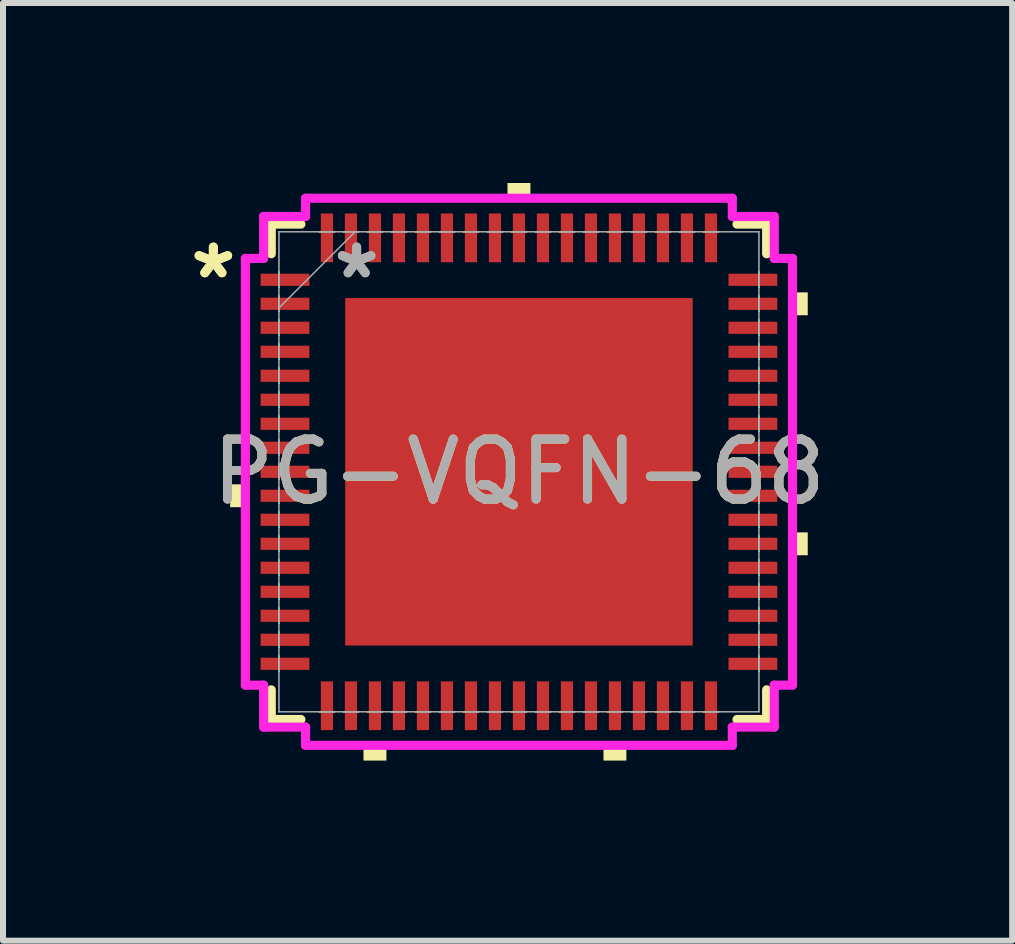
<source format=kicad_pcb>
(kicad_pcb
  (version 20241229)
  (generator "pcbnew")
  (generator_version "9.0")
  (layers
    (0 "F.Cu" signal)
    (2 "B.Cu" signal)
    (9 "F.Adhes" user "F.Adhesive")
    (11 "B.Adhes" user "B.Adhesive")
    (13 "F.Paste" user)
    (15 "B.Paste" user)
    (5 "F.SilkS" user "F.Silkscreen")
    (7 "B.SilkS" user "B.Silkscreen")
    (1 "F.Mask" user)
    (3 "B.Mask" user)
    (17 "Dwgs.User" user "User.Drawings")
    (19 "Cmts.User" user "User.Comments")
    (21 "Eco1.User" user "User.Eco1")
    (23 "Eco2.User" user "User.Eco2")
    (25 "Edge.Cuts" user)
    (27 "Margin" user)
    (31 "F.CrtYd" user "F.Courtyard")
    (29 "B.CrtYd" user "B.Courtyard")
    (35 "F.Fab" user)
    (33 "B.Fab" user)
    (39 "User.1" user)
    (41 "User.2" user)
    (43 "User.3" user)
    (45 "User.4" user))
  (footprint "PG-VQFN-68"
    (layer "F.Cu")
    (at 5.599 4.813)
    (property "Reference" "PG-VQFN-68" (at 0 0 0) (unlocked yes) (layer "F.SilkS") (effects (font (size 1 1) (thickness 0.15))))
    (attr smd)
    (fp_line (start -4.128 -4.128) (end -4.128 -3.634) (stroke (width 0.152) (type solid)) (layer "F.SilkS"))
    (fp_line (start -4.128 3.634) (end -4.128 4.128) (stroke (width 0.152) (type solid)) (layer "F.SilkS"))
    (fp_line (start -4.128 4.128) (end -3.634 4.128) (stroke (width 0.152) (type solid)) (layer "F.SilkS"))
    (fp_line (start -3.634 -4.128) (end -4.128 -4.128) (stroke (width 0.152) (type solid)) (layer "F.SilkS"))
    (fp_line (start 3.634 4.128) (end 4.128 4.128) (stroke (width 0.152) (type solid)) (layer "F.SilkS"))
    (fp_line (start 4.128 -4.128) (end 3.634 -4.128) (stroke (width 0.152) (type solid)) (layer "F.SilkS"))
    (fp_line (start 4.128 -3.634) (end 4.128 -4.128) (stroke (width 0.152) (type solid)) (layer "F.SilkS"))
    (fp_line (start 4.128 4.128) (end 4.128 3.634) (stroke (width 0.152) (type solid)) (layer "F.SilkS"))
    (fp_poly (pts (xy -4.813 0.209) (xy -4.813 0.59) (xy -4.559 0.59) (xy -4.559 0.209)) (stroke (width 0) (type solid)) (fill yes) (layer "F.SilkS"))
    (fp_poly (pts (xy -2.591 4.559) (xy -2.591 4.813) (xy -2.209 4.813) (xy -2.209 4.559)) (stroke (width 0) (type solid)) (fill yes) (layer "F.SilkS"))
    (fp_poly (pts (xy -0.191 -4.559) (xy -0.191 -4.813) (xy 0.191 -4.813) (xy 0.191 -4.559)) (stroke (width 0) (type solid)) (fill yes) (layer "F.SilkS"))
    (fp_poly (pts (xy 1.409 4.559) (xy 1.409 4.813) (xy 1.79 4.813) (xy 1.79 4.559)) (stroke (width 0) (type solid)) (fill yes) (layer "F.SilkS"))
    (fp_poly (pts (xy 4.813 -2.99) (xy 4.813 -2.609) (xy 4.559 -2.609) (xy 4.559 -2.99)) (stroke (width 0) (type solid)) (fill yes) (layer "F.SilkS"))
    (fp_poly (pts (xy 4.813 1.01) (xy 4.813 1.391) (xy 4.559 1.391) (xy 4.559 1.01)) (stroke (width 0) (type solid)) (fill yes) (layer "F.SilkS"))
    (fp_line (start -4.559 -3.556) (end -4.255 -3.556) (stroke (width 0.152) (type solid)) (layer "F.CrtYd"))
    (fp_line (start -4.559 3.556) (end -4.559 -3.556) (stroke (width 0.152) (type solid)) (layer "F.CrtYd"))
    (fp_line (start -4.255 -4.255) (end -3.556 -4.255) (stroke (width 0.152) (type solid)) (layer "F.CrtYd"))
    (fp_line (start -4.255 -3.556) (end -4.255 -4.255) (stroke (width 0.152) (type solid)) (layer "F.CrtYd"))
    (fp_line (start -4.255 3.556) (end -4.559 3.556) (stroke (width 0.152) (type solid)) (layer "F.CrtYd"))
    (fp_line (start -4.255 4.255) (end -4.255 3.556) (stroke (width 0.152) (type solid)) (layer "F.CrtYd"))
    (fp_line (start -3.556 -4.559) (end 3.556 -4.559) (stroke (width 0.152) (type solid)) (layer "F.CrtYd"))
    (fp_line (start -3.556 -4.255) (end -3.556 -4.559) (stroke (width 0.152) (type solid)) (layer "F.CrtYd"))
    (fp_line (start -3.556 4.255) (end -4.255 4.255) (stroke (width 0.152) (type solid)) (layer "F.CrtYd"))
    (fp_line (start -3.556 4.559) (end -3.556 4.255) (stroke (width 0.152) (type solid)) (layer "F.CrtYd"))
    (fp_line (start 3.556 -4.559) (end 3.556 -4.255) (stroke (width 0.152) (type solid)) (layer "F.CrtYd"))
    (fp_line (start 3.556 -4.255) (end 4.255 -4.255) (stroke (width 0.152) (type solid)) (layer "F.CrtYd"))
    (fp_line (start 3.556 4.255) (end 3.556 4.559) (stroke (width 0.152) (type solid)) (layer "F.CrtYd"))
    (fp_line (start 3.556 4.559) (end -3.556 4.559) (stroke (width 0.152) (type solid)) (layer "F.CrtYd"))
    (fp_line (start 4.255 -4.255) (end 4.255 -3.556) (stroke (width 0.152) (type solid)) (layer "F.CrtYd"))
    (fp_line (start 4.255 -3.556) (end 4.559 -3.556) (stroke (width 0.152) (type solid)) (layer "F.CrtYd"))
    (fp_line (start 4.255 3.556) (end 4.255 4.255) (stroke (width 0.152) (type solid)) (layer "F.CrtYd"))
    (fp_line (start 4.255 4.255) (end 3.556 4.255) (stroke (width 0.152) (type solid)) (layer "F.CrtYd"))
    (fp_line (start 4.559 -3.556) (end 4.559 3.556) (stroke (width 0.152) (type solid)) (layer "F.CrtYd"))
    (fp_line (start 4.559 3.556) (end 4.255 3.556) (stroke (width 0.152) (type solid)) (layer "F.CrtYd"))
    (fp_line (start -4 -4) (end -4 4) (stroke (width 0.025) (type solid)) (layer "F.Fab"))
    (fp_line (start -4 -3.327) (end -4 -3.327) (stroke (width 0.025) (type solid)) (layer "F.Fab"))
    (fp_line (start -4 -3.327) (end -4 -3.073) (stroke (width 0.025) (type solid)) (layer "F.Fab"))
    (fp_line (start -4 -3.073) (end -4 -3.327) (stroke (width 0.025) (type solid)) (layer "F.Fab"))
    (fp_line (start -4 -3.073) (end -4 -3.073) (stroke (width 0.025) (type solid)) (layer "F.Fab"))
    (fp_line (start -4 -2.927) (end -4 -2.927) (stroke (width 0.025) (type solid)) (layer "F.Fab"))
    (fp_line (start -4 -2.927) (end -4 -2.673) (stroke (width 0.025) (type solid)) (layer "F.Fab"))
    (fp_line (start -4 -2.731) (end -2.731 -4) (stroke (width 0.025) (type solid)) (layer "F.Fab"))
    (fp_line (start -4 -2.673) (end -4 -2.927) (stroke (width 0.025) (type solid)) (layer "F.Fab"))
    (fp_line (start -4 -2.673) (end -4 -2.673) (stroke (width 0.025) (type solid)) (layer "F.Fab"))
    (fp_line (start -4 -2.527) (end -4 -2.527) (stroke (width 0.025) (type solid)) (layer "F.Fab"))
    (fp_line (start -4 -2.527) (end -4 -2.273) (stroke (width 0.025) (type solid)) (layer "F.Fab"))
    (fp_line (start -4 -2.273) (end -4 -2.527) (stroke (width 0.025) (type solid)) (layer "F.Fab"))
    (fp_line (start -4 -2.273) (end -4 -2.273) (stroke (width 0.025) (type solid)) (layer "F.Fab"))
    (fp_line (start -4 -2.127) (end -4 -2.127) (stroke (width 0.025) (type solid)) (layer "F.Fab"))
    (fp_line (start -4 -2.127) (end -4 -1.873) (stroke (width 0.025) (type solid)) (layer "F.Fab"))
    (fp_line (start -4 -1.873) (end -4 -2.127) (stroke (width 0.025) (type solid)) (layer "F.Fab"))
    (fp_line (start -4 -1.873) (end -4 -1.873) (stroke (width 0.025) (type solid)) (layer "F.Fab"))
    (fp_line (start -4 -1.727) (end -4 -1.727) (stroke (width 0.025) (type solid)) (layer "F.Fab"))
    (fp_line (start -4 -1.727) (end -4 -1.473) (stroke (width 0.025) (type solid)) (layer "F.Fab"))
    (fp_line (start -4 -1.473) (end -4 -1.727) (stroke (width 0.025) (type solid)) (layer "F.Fab"))
    (fp_line (start -4 -1.473) (end -4 -1.473) (stroke (width 0.025) (type solid)) (layer "F.Fab"))
    (fp_line (start -4 -1.327) (end -4 -1.327) (stroke (width 0.025) (type solid)) (layer "F.Fab"))
    (fp_line (start -4 -1.327) (end -4 -1.073) (stroke (width 0.025) (type solid)) (layer "F.Fab"))
    (fp_line (start -4 -1.073) (end -4 -1.327) (stroke (width 0.025) (type solid)) (layer "F.Fab"))
    (fp_line (start -4 -1.073) (end -4 -1.073) (stroke (width 0.025) (type solid)) (layer "F.Fab"))
    (fp_line (start -4 -0.927) (end -4 -0.927) (stroke (width 0.025) (type solid)) (layer "F.Fab"))
    (fp_line (start -4 -0.927) (end -4 -0.673) (stroke (width 0.025) (type solid)) (layer "F.Fab"))
    (fp_line (start -4 -0.673) (end -4 -0.927) (stroke (width 0.025) (type solid)) (layer "F.Fab"))
    (fp_line (start -4 -0.673) (end -4 -0.673) (stroke (width 0.025) (type solid)) (layer "F.Fab"))
    (fp_line (start -4 -0.527) (end -4 -0.527) (stroke (width 0.025) (type solid)) (layer "F.Fab"))
    (fp_line (start -4 -0.527) (end -4 -0.273) (stroke (width 0.025) (type solid)) (layer "F.Fab"))
    (fp_line (start -4 -0.273) (end -4 -0.527) (stroke (width 0.025) (type solid)) (layer "F.Fab"))
    (fp_line (start -4 -0.273) (end -4 -0.273) (stroke (width 0.025) (type solid)) (layer "F.Fab"))
    (fp_line (start -4 -0.127) (end -4 -0.127) (stroke (width 0.025) (type solid)) (layer "F.Fab"))
    (fp_line (start -4 -0.127) (end -4 0.127) (stroke (width 0.025) (type solid)) (layer "F.Fab"))
    (fp_line (start -4 0.127) (end -4 -0.127) (stroke (width 0.025) (type solid)) (layer "F.Fab"))
    (fp_line (start -4 0.127) (end -4 0.127) (stroke (width 0.025) (type solid)) (layer "F.Fab"))
    (fp_line (start -4 0.273) (end -4 0.273) (stroke (width 0.025) (type solid)) (layer "F.Fab"))
    (fp_line (start -4 0.273) (end -4 0.527) (stroke (width 0.025) (type solid)) (layer "F.Fab"))
    (fp_line (start -4 0.527) (end -4 0.273) (stroke (width 0.025) (type solid)) (layer "F.Fab"))
    (fp_line (start -4 0.527) (end -4 0.527) (stroke (width 0.025) (type solid)) (layer "F.Fab"))
    (fp_line (start -4 0.673) (end -4 0.673) (stroke (width 0.025) (type solid)) (layer "F.Fab"))
    (fp_line (start -4 0.673) (end -4 0.927) (stroke (width 0.025) (type solid)) (layer "F.Fab"))
    (fp_line (start -4 0.927) (end -4 0.673) (stroke (width 0.025) (type solid)) (layer "F.Fab"))
    (fp_line (start -4 0.927) (end -4 0.927) (stroke (width 0.025) (type solid)) (layer "F.Fab"))
    (fp_line (start -4 1.073) (end -4 1.073) (stroke (width 0.025) (type solid)) (layer "F.Fab"))
    (fp_line (start -4 1.073) (end -4 1.327) (stroke (width 0.025) (type solid)) (layer "F.Fab"))
    (fp_line (start -4 1.327) (end -4 1.073) (stroke (width 0.025) (type solid)) (layer "F.Fab"))
    (fp_line (start -4 1.327) (end -4 1.327) (stroke (width 0.025) (type solid)) (layer "F.Fab"))
    (fp_line (start -4 1.473) (end -4 1.473) (stroke (width 0.025) (type solid)) (layer "F.Fab"))
    (fp_line (start -4 1.473) (end -4 1.727) (stroke (width 0.025) (type solid)) (layer "F.Fab"))
    (fp_line (start -4 1.727) (end -4 1.473) (stroke (width 0.025) (type solid)) (layer "F.Fab"))
    (fp_line (start -4 1.727) (end -4 1.727) (stroke (width 0.025) (type solid)) (layer "F.Fab"))
    (fp_line (start -4 1.873) (end -4 1.873) (stroke (width 0.025) (type solid)) (layer "F.Fab"))
    (fp_line (start -4 1.873) (end -4 2.127) (stroke (width 0.025) (type solid)) (layer "F.Fab"))
    (fp_line (start -4 2.127) (end -4 1.873) (stroke (width 0.025) (type solid)) (layer "F.Fab"))
    (fp_line (start -4 2.127) (end -4 2.127) (stroke (width 0.025) (type solid)) (layer "F.Fab"))
    (fp_line (start -4 2.273) (end -4 2.273) (stroke (width 0.025) (type solid)) (layer "F.Fab"))
    (fp_line (start -4 2.273) (end -4 2.527) (stroke (width 0.025) (type solid)) (layer "F.Fab"))
    (fp_line (start -4 2.527) (end -4 2.273) (stroke (width 0.025) (type solid)) (layer "F.Fab"))
    (fp_line (start -4 2.527) (end -4 2.527) (stroke (width 0.025) (type solid)) (layer "F.Fab"))
    (fp_line (start -4 2.673) (end -4 2.673) (stroke (width 0.025) (type solid)) (layer "F.Fab"))
    (fp_line (start -4 2.673) (end -4 2.927) (stroke (width 0.025) (type solid)) (layer "F.Fab"))
    (fp_line (start -4 2.927) (end -4 2.673) (stroke (width 0.025) (type solid)) (layer "F.Fab"))
    (fp_line (start -4 2.927) (end -4 2.927) (stroke (width 0.025) (type solid)) (layer "F.Fab"))
    (fp_line (start -4 3.073) (end -4 3.073) (stroke (width 0.025) (type solid)) (layer "F.Fab"))
    (fp_line (start -4 3.073) (end -4 3.327) (stroke (width 0.025) (type solid)) (layer "F.Fab"))
    (fp_line (start -4 3.327) (end -4 3.073) (stroke (width 0.025) (type solid)) (layer "F.Fab"))
    (fp_line (start -4 3.327) (end -4 3.327) (stroke (width 0.025) (type solid)) (layer "F.Fab"))
    (fp_line (start -4 4) (end 4 4) (stroke (width 0.025) (type solid)) (layer "F.Fab"))
    (fp_line (start -3.327 -4) (end -3.327 -4) (stroke (width 0.025) (type solid)) (layer "F.Fab"))
    (fp_line (start -3.327 -4) (end -3.073 -4) (stroke (width 0.025) (type solid)) (layer "F.Fab"))
    (fp_line (start -3.327 4) (end -3.327 4) (stroke (width 0.025) (type solid)) (layer "F.Fab"))
    (fp_line (start -3.327 4) (end -3.073 4) (stroke (width 0.025) (type solid)) (layer "F.Fab"))
    (fp_line (start -3.073 -4) (end -3.327 -4) (stroke (width 0.025) (type solid)) (layer "F.Fab"))
    (fp_line (start -3.073 -4) (end -3.073 -4) (stroke (width 0.025) (type solid)) (layer "F.Fab"))
    (fp_line (start -3.073 4) (end -3.327 4) (stroke (width 0.025) (type solid)) (layer "F.Fab"))
    (fp_line (start -3.073 4) (end -3.073 4) (stroke (width 0.025) (type solid)) (layer "F.Fab"))
    (fp_line (start -2.927 -4) (end -2.927 -4) (stroke (width 0.025) (type solid)) (layer "F.Fab"))
    (fp_line (start -2.927 -4) (end -2.673 -4) (stroke (width 0.025) (type solid)) (layer "F.Fab"))
    (fp_line (start -2.927 4) (end -2.927 4) (stroke (width 0.025) (type solid)) (layer "F.Fab"))
    (fp_line (start -2.927 4) (end -2.673 4) (stroke (width 0.025) (type solid)) (layer "F.Fab"))
    (fp_line (start -2.673 -4) (end -2.927 -4) (stroke (width 0.025) (type solid)) (layer "F.Fab"))
    (fp_line (start -2.673 -4) (end -2.673 -4) (stroke (width 0.025) (type solid)) (layer "F.Fab"))
    (fp_line (start -2.673 4) (end -2.927 4) (stroke (width 0.025) (type solid)) (layer "F.Fab"))
    (fp_line (start -2.673 4) (end -2.673 4) (stroke (width 0.025) (type solid)) (layer "F.Fab"))
    (fp_line (start -2.527 -4) (end -2.527 -4) (stroke (width 0.025) (type solid)) (layer "F.Fab"))
    (fp_line (start -2.527 -4) (end -2.273 -4) (stroke (width 0.025) (type solid)) (layer "F.Fab"))
    (fp_line (start -2.527 4) (end -2.527 4) (stroke (width 0.025) (type solid)) (layer "F.Fab"))
    (fp_line (start -2.527 4) (end -2.273 4) (stroke (width 0.025) (type solid)) (layer "F.Fab"))
    (fp_line (start -2.273 -4) (end -2.527 -4) (stroke (width 0.025) (type solid)) (layer "F.Fab"))
    (fp_line (start -2.273 -4) (end -2.273 -4) (stroke (width 0.025) (type solid)) (layer "F.Fab"))
    (fp_line (start -2.273 4) (end -2.527 4) (stroke (width 0.025) (type solid)) (layer "F.Fab"))
    (fp_line (start -2.273 4) (end -2.273 4) (stroke (width 0.025) (type solid)) (layer "F.Fab"))
    (fp_line (start -2.127 -4) (end -2.127 -4) (stroke (width 0.025) (type solid)) (layer "F.Fab"))
    (fp_line (start -2.127 -4) (end -1.873 -4) (stroke (width 0.025) (type solid)) (layer "F.Fab"))
    (fp_line (start -2.127 4) (end -2.127 4) (stroke (width 0.025) (type solid)) (layer "F.Fab"))
    (fp_line (start -2.127 4) (end -1.873 4) (stroke (width 0.025) (type solid)) (layer "F.Fab"))
    (fp_line (start -1.873 -4) (end -2.127 -4) (stroke (width 0.025) (type solid)) (layer "F.Fab"))
    (fp_line (start -1.873 -4) (end -1.873 -4) (stroke (width 0.025) (type solid)) (layer "F.Fab"))
    (fp_line (start -1.873 4) (end -2.127 4) (stroke (width 0.025) (type solid)) (layer "F.Fab"))
    (fp_line (start -1.873 4) (end -1.873 4) (stroke (width 0.025) (type solid)) (layer "F.Fab"))
    (fp_line (start -1.727 -4) (end -1.727 -4) (stroke (width 0.025) (type solid)) (layer "F.Fab"))
    (fp_line (start -1.727 -4) (end -1.473 -4) (stroke (width 0.025) (type solid)) (layer "F.Fab"))
    (fp_line (start -1.727 4) (end -1.727 4) (stroke (width 0.025) (type solid)) (layer "F.Fab"))
    (fp_line (start -1.727 4) (end -1.473 4) (stroke (width 0.025) (type solid)) (layer "F.Fab"))
    (fp_line (start -1.473 -4) (end -1.727 -4) (stroke (width 0.025) (type solid)) (layer "F.Fab"))
    (fp_line (start -1.473 -4) (end -1.473 -4) (stroke (width 0.025) (type solid)) (layer "F.Fab"))
    (fp_line (start -1.473 4) (end -1.727 4) (stroke (width 0.025) (type solid)) (layer "F.Fab"))
    (fp_line (start -1.473 4) (end -1.473 4) (stroke (width 0.025) (type solid)) (layer "F.Fab"))
    (fp_line (start -1.327 -4) (end -1.327 -4) (stroke (width 0.025) (type solid)) (layer "F.Fab"))
    (fp_line (start -1.327 -4) (end -1.073 -4) (stroke (width 0.025) (type solid)) (layer "F.Fab"))
    (fp_line (start -1.327 4) (end -1.327 4) (stroke (width 0.025) (type solid)) (layer "F.Fab"))
    (fp_line (start -1.327 4) (end -1.073 4) (stroke (width 0.025) (type solid)) (layer "F.Fab"))
    (fp_line (start -1.073 -4) (end -1.327 -4) (stroke (width 0.025) (type solid)) (layer "F.Fab"))
    (fp_line (start -1.073 -4) (end -1.073 -4) (stroke (width 0.025) (type solid)) (layer "F.Fab"))
    (fp_line (start -1.073 4) (end -1.327 4) (stroke (width 0.025) (type solid)) (layer "F.Fab"))
    (fp_line (start -1.073 4) (end -1.073 4) (stroke (width 0.025) (type solid)) (layer "F.Fab"))
    (fp_line (start -0.927 -4) (end -0.927 -4) (stroke (width 0.025) (type solid)) (layer "F.Fab"))
    (fp_line (start -0.927 -4) (end -0.673 -4) (stroke (width 0.025) (type solid)) (layer "F.Fab"))
    (fp_line (start -0.927 4) (end -0.927 4) (stroke (width 0.025) (type solid)) (layer "F.Fab"))
    (fp_line (start -0.927 4) (end -0.673 4) (stroke (width 0.025) (type solid)) (layer "F.Fab"))
    (fp_line (start -0.673 -4) (end -0.927 -4) (stroke (width 0.025) (type solid)) (layer "F.Fab"))
    (fp_line (start -0.673 -4) (end -0.673 -4) (stroke (width 0.025) (type solid)) (layer "F.Fab"))
    (fp_line (start -0.673 4) (end -0.927 4) (stroke (width 0.025) (type solid)) (layer "F.Fab"))
    (fp_line (start -0.673 4) (end -0.673 4) (stroke (width 0.025) (type solid)) (layer "F.Fab"))
    (fp_line (start -0.527 -4) (end -0.527 -4) (stroke (width 0.025) (type solid)) (layer "F.Fab"))
    (fp_line (start -0.527 -4) (end -0.273 -4) (stroke (width 0.025) (type solid)) (layer "F.Fab"))
    (fp_line (start -0.527 4) (end -0.527 4) (stroke (width 0.025) (type solid)) (layer "F.Fab"))
    (fp_line (start -0.527 4) (end -0.273 4) (stroke (width 0.025) (type solid)) (layer "F.Fab"))
    (fp_line (start -0.273 -4) (end -0.527 -4) (stroke (width 0.025) (type solid)) (layer "F.Fab"))
    (fp_line (start -0.273 -4) (end -0.273 -4) (stroke (width 0.025) (type solid)) (layer "F.Fab"))
    (fp_line (start -0.273 4) (end -0.527 4) (stroke (width 0.025) (type solid)) (layer "F.Fab"))
    (fp_line (start -0.273 4) (end -0.273 4) (stroke (width 0.025) (type solid)) (layer "F.Fab"))
    (fp_line (start -0.127 -4) (end -0.127 -4) (stroke (width 0.025) (type solid)) (layer "F.Fab"))
    (fp_line (start -0.127 -4) (end 0.127 -4) (stroke (width 0.025) (type solid)) (layer "F.Fab"))
    (fp_line (start -0.127 4) (end -0.127 4) (stroke (width 0.025) (type solid)) (layer "F.Fab"))
    (fp_line (start -0.127 4) (end 0.127 4) (stroke (width 0.025) (type solid)) (layer "F.Fab"))
    (fp_line (start 0.127 -4) (end -0.127 -4) (stroke (width 0.025) (type solid)) (layer "F.Fab"))
    (fp_line (start 0.127 -4) (end 0.127 -4) (stroke (width 0.025) (type solid)) (layer "F.Fab"))
    (fp_line (start 0.127 4) (end -0.127 4) (stroke (width 0.025) (type solid)) (layer "F.Fab"))
    (fp_line (start 0.127 4) (end 0.127 4) (stroke (width 0.025) (type solid)) (layer "F.Fab"))
    (fp_line (start 0.273 -4) (end 0.273 -4) (stroke (width 0.025) (type solid)) (layer "F.Fab"))
    (fp_line (start 0.273 -4) (end 0.527 -4) (stroke (width 0.025) (type solid)) (layer "F.Fab"))
    (fp_line (start 0.273 4) (end 0.273 4) (stroke (width 0.025) (type solid)) (layer "F.Fab"))
    (fp_line (start 0.273 4) (end 0.527 4) (stroke (width 0.025) (type solid)) (layer "F.Fab"))
    (fp_line (start 0.527 -4) (end 0.273 -4) (stroke (width 0.025) (type solid)) (layer "F.Fab"))
    (fp_line (start 0.527 -4) (end 0.527 -4) (stroke (width 0.025) (type solid)) (layer "F.Fab"))
    (fp_line (start 0.527 4) (end 0.273 4) (stroke (width 0.025) (type solid)) (layer "F.Fab"))
    (fp_line (start 0.527 4) (end 0.527 4) (stroke (width 0.025) (type solid)) (layer "F.Fab"))
    (fp_line (start 0.673 -4) (end 0.673 -4) (stroke (width 0.025) (type solid)) (layer "F.Fab"))
    (fp_line (start 0.673 -4) (end 0.927 -4) (stroke (width 0.025) (type solid)) (layer "F.Fab"))
    (fp_line (start 0.673 4) (end 0.673 4) (stroke (width 0.025) (type solid)) (layer "F.Fab"))
    (fp_line (start 0.673 4) (end 0.927 4) (stroke (width 0.025) (type solid)) (layer "F.Fab"))
    (fp_line (start 0.927 -4) (end 0.673 -4) (stroke (width 0.025) (type solid)) (layer "F.Fab"))
    (fp_line (start 0.927 -4) (end 0.927 -4) (stroke (width 0.025) (type solid)) (layer "F.Fab"))
    (fp_line (start 0.927 4) (end 0.673 4) (stroke (width 0.025) (type solid)) (layer "F.Fab"))
    (fp_line (start 0.927 4) (end 0.927 4) (stroke (width 0.025) (type solid)) (layer "F.Fab"))
    (fp_line (start 1.073 -4) (end 1.073 -4) (stroke (width 0.025) (type solid)) (layer "F.Fab"))
    (fp_line (start 1.073 -4) (end 1.327 -4) (stroke (width 0.025) (type solid)) (layer "F.Fab"))
    (fp_line (start 1.073 4) (end 1.073 4) (stroke (width 0.025) (type solid)) (layer "F.Fab"))
    (fp_line (start 1.073 4) (end 1.327 4) (stroke (width 0.025) (type solid)) (layer "F.Fab"))
    (fp_line (start 1.327 -4) (end 1.073 -4) (stroke (width 0.025) (type solid)) (layer "F.Fab"))
    (fp_line (start 1.327 -4) (end 1.327 -4) (stroke (width 0.025) (type solid)) (layer "F.Fab"))
    (fp_line (start 1.327 4) (end 1.073 4) (stroke (width 0.025) (type solid)) (layer "F.Fab"))
    (fp_line (start 1.327 4) (end 1.327 4) (stroke (width 0.025) (type solid)) (layer "F.Fab"))
    (fp_line (start 1.473 -4) (end 1.473 -4) (stroke (width 0.025) (type solid)) (layer "F.Fab"))
    (fp_line (start 1.473 -4) (end 1.727 -4) (stroke (width 0.025) (type solid)) (layer "F.Fab"))
    (fp_line (start 1.473 4) (end 1.473 4) (stroke (width 0.025) (type solid)) (layer "F.Fab"))
    (fp_line (start 1.473 4) (end 1.727 4) (stroke (width 0.025) (type solid)) (layer "F.Fab"))
    (fp_line (start 1.727 -4) (end 1.473 -4) (stroke (width 0.025) (type solid)) (layer "F.Fab"))
    (fp_line (start 1.727 -4) (end 1.727 -4) (stroke (width 0.025) (type solid)) (layer "F.Fab"))
    (fp_line (start 1.727 4) (end 1.473 4) (stroke (width 0.025) (type solid)) (layer "F.Fab"))
    (fp_line (start 1.727 4) (end 1.727 4) (stroke (width 0.025) (type solid)) (layer "F.Fab"))
    (fp_line (start 1.873 -4) (end 1.873 -4) (stroke (width 0.025) (type solid)) (layer "F.Fab"))
    (fp_line (start 1.873 -4) (end 2.127 -4) (stroke (width 0.025) (type solid)) (layer "F.Fab"))
    (fp_line (start 1.873 4) (end 1.873 4) (stroke (width 0.025) (type solid)) (layer "F.Fab"))
    (fp_line (start 1.873 4) (end 2.127 4) (stroke (width 0.025) (type solid)) (layer "F.Fab"))
    (fp_line (start 2.127 -4) (end 1.873 -4) (stroke (width 0.025) (type solid)) (layer "F.Fab"))
    (fp_line (start 2.127 -4) (end 2.127 -4) (stroke (width 0.025) (type solid)) (layer "F.Fab"))
    (fp_line (start 2.127 4) (end 1.873 4) (stroke (width 0.025) (type solid)) (layer "F.Fab"))
    (fp_line (start 2.127 4) (end 2.127 4) (stroke (width 0.025) (type solid)) (layer "F.Fab"))
    (fp_line (start 2.273 -4) (end 2.273 -4) (stroke (width 0.025) (type solid)) (layer "F.Fab"))
    (fp_line (start 2.273 -4) (end 2.527 -4) (stroke (width 0.025) (type solid)) (layer "F.Fab"))
    (fp_line (start 2.273 4) (end 2.273 4) (stroke (width 0.025) (type solid)) (layer "F.Fab"))
    (fp_line (start 2.273 4) (end 2.527 4) (stroke (width 0.025) (type solid)) (layer "F.Fab"))
    (fp_line (start 2.527 -4) (end 2.273 -4) (stroke (width 0.025) (type solid)) (layer "F.Fab"))
    (fp_line (start 2.527 -4) (end 2.527 -4) (stroke (width 0.025) (type solid)) (layer "F.Fab"))
    (fp_line (start 2.527 4) (end 2.273 4) (stroke (width 0.025) (type solid)) (layer "F.Fab"))
    (fp_line (start 2.527 4) (end 2.527 4) (stroke (width 0.025) (type solid)) (layer "F.Fab"))
    (fp_line (start 2.673 -4) (end 2.673 -4) (stroke (width 0.025) (type solid)) (layer "F.Fab"))
    (fp_line (start 2.673 -4) (end 2.927 -4) (stroke (width 0.025) (type solid)) (layer "F.Fab"))
    (fp_line (start 2.673 4) (end 2.673 4) (stroke (width 0.025) (type solid)) (layer "F.Fab"))
    (fp_line (start 2.673 4) (end 2.927 4) (stroke (width 0.025) (type solid)) (layer "F.Fab"))
    (fp_line (start 2.927 -4) (end 2.673 -4) (stroke (width 0.025) (type solid)) (layer "F.Fab"))
    (fp_line (start 2.927 -4) (end 2.927 -4) (stroke (width 0.025) (type solid)) (layer "F.Fab"))
    (fp_line (start 2.927 4) (end 2.673 4) (stroke (width 0.025) (type solid)) (layer "F.Fab"))
    (fp_line (start 2.927 4) (end 2.927 4) (stroke (width 0.025) (type solid)) (layer "F.Fab"))
    (fp_line (start 3.073 -4) (end 3.073 -4) (stroke (width 0.025) (type solid)) (layer "F.Fab"))
    (fp_line (start 3.073 -4) (end 3.327 -4) (stroke (width 0.025) (type solid)) (layer "F.Fab"))
    (fp_line (start 3.073 4) (end 3.073 4) (stroke (width 0.025) (type solid)) (layer "F.Fab"))
    (fp_line (start 3.073 4) (end 3.327 4) (stroke (width 0.025) (type solid)) (layer "F.Fab"))
    (fp_line (start 3.327 -4) (end 3.073 -4) (stroke (width 0.025) (type solid)) (layer "F.Fab"))
    (fp_line (start 3.327 -4) (end 3.327 -4) (stroke (width 0.025) (type solid)) (layer "F.Fab"))
    (fp_line (start 3.327 4) (end 3.073 4) (stroke (width 0.025) (type solid)) (layer "F.Fab"))
    (fp_line (start 3.327 4) (end 3.327 4) (stroke (width 0.025) (type solid)) (layer "F.Fab"))
    (fp_line (start 4 -4) (end -4 -4) (stroke (width 0.025) (type solid)) (layer "F.Fab"))
    (fp_line (start 4 -3.327) (end 4 -3.327) (stroke (width 0.025) (type solid)) (layer "F.Fab"))
    (fp_line (start 4 -3.327) (end 4 -3.073) (stroke (width 0.025) (type solid)) (layer "F.Fab"))
    (fp_line (start 4 -3.073) (end 4 -3.327) (stroke (width 0.025) (type solid)) (layer "F.Fab"))
    (fp_line (start 4 -3.073) (end 4 -3.073) (stroke (width 0.025) (type solid)) (layer "F.Fab"))
    (fp_line (start 4 -2.927) (end 4 -2.927) (stroke (width 0.025) (type solid)) (layer "F.Fab"))
    (fp_line (start 4 -2.927) (end 4 -2.673) (stroke (width 0.025) (type solid)) (layer "F.Fab"))
    (fp_line (start 4 -2.673) (end 4 -2.927) (stroke (width 0.025) (type solid)) (layer "F.Fab"))
    (fp_line (start 4 -2.673) (end 4 -2.673) (stroke (width 0.025) (type solid)) (layer "F.Fab"))
    (fp_line (start 4 -2.527) (end 4 -2.527) (stroke (width 0.025) (type solid)) (layer "F.Fab"))
    (fp_line (start 4 -2.527) (end 4 -2.273) (stroke (width 0.025) (type solid)) (layer "F.Fab"))
    (fp_line (start 4 -2.273) (end 4 -2.527) (stroke (width 0.025) (type solid)) (layer "F.Fab"))
    (fp_line (start 4 -2.273) (end 4 -2.273) (stroke (width 0.025) (type solid)) (layer "F.Fab"))
    (fp_line (start 4 -2.127) (end 4 -2.127) (stroke (width 0.025) (type solid)) (layer "F.Fab"))
    (fp_line (start 4 -2.127) (end 4 -1.873) (stroke (width 0.025) (type solid)) (layer "F.Fab"))
    (fp_line (start 4 -1.873) (end 4 -2.127) (stroke (width 0.025) (type solid)) (layer "F.Fab"))
    (fp_line (start 4 -1.873) (end 4 -1.873) (stroke (width 0.025) (type solid)) (layer "F.Fab"))
    (fp_line (start 4 -1.727) (end 4 -1.727) (stroke (width 0.025) (type solid)) (layer "F.Fab"))
    (fp_line (start 4 -1.727) (end 4 -1.473) (stroke (width 0.025) (type solid)) (layer "F.Fab"))
    (fp_line (start 4 -1.473) (end 4 -1.727) (stroke (width 0.025) (type solid)) (layer "F.Fab"))
    (fp_line (start 4 -1.473) (end 4 -1.473) (stroke (width 0.025) (type solid)) (layer "F.Fab"))
    (fp_line (start 4 -1.327) (end 4 -1.327) (stroke (width 0.025) (type solid)) (layer "F.Fab"))
    (fp_line (start 4 -1.327) (end 4 -1.073) (stroke (width 0.025) (type solid)) (layer "F.Fab"))
    (fp_line (start 4 -1.073) (end 4 -1.327) (stroke (width 0.025) (type solid)) (layer "F.Fab"))
    (fp_line (start 4 -1.073) (end 4 -1.073) (stroke (width 0.025) (type solid)) (layer "F.Fab"))
    (fp_line (start 4 -0.927) (end 4 -0.927) (stroke (width 0.025) (type solid)) (layer "F.Fab"))
    (fp_line (start 4 -0.927) (end 4 -0.673) (stroke (width 0.025) (type solid)) (layer "F.Fab"))
    (fp_line (start 4 -0.673) (end 4 -0.927) (stroke (width 0.025) (type solid)) (layer "F.Fab"))
    (fp_line (start 4 -0.673) (end 4 -0.673) (stroke (width 0.025) (type solid)) (layer "F.Fab"))
    (fp_line (start 4 -0.527) (end 4 -0.527) (stroke (width 0.025) (type solid)) (layer "F.Fab"))
    (fp_line (start 4 -0.527) (end 4 -0.273) (stroke (width 0.025) (type solid)) (layer "F.Fab"))
    (fp_line (start 4 -0.273) (end 4 -0.527) (stroke (width 0.025) (type solid)) (layer "F.Fab"))
    (fp_line (start 4 -0.273) (end 4 -0.273) (stroke (width 0.025) (type solid)) (layer "F.Fab"))
    (fp_line (start 4 -0.127) (end 4 -0.127) (stroke (width 0.025) (type solid)) (layer "F.Fab"))
    (fp_line (start 4 -0.127) (end 4 0.127) (stroke (width 0.025) (type solid)) (layer "F.Fab"))
    (fp_line (start 4 0.127) (end 4 -0.127) (stroke (width 0.025) (type solid)) (layer "F.Fab"))
    (fp_line (start 4 0.127) (end 4 0.127) (stroke (width 0.025) (type solid)) (layer "F.Fab"))
    (fp_line (start 4 0.273) (end 4 0.273) (stroke (width 0.025) (type solid)) (layer "F.Fab"))
    (fp_line (start 4 0.273) (end 4 0.527) (stroke (width 0.025) (type solid)) (layer "F.Fab"))
    (fp_line (start 4 0.527) (end 4 0.273) (stroke (width 0.025) (type solid)) (layer "F.Fab"))
    (fp_line (start 4 0.527) (end 4 0.527) (stroke (width 0.025) (type solid)) (layer "F.Fab"))
    (fp_line (start 4 0.673) (end 4 0.673) (stroke (width 0.025) (type solid)) (layer "F.Fab"))
    (fp_line (start 4 0.673) (end 4 0.927) (stroke (width 0.025) (type solid)) (layer "F.Fab"))
    (fp_line (start 4 0.927) (end 4 0.673) (stroke (width 0.025) (type solid)) (layer "F.Fab"))
    (fp_line (start 4 0.927) (end 4 0.927) (stroke (width 0.025) (type solid)) (layer "F.Fab"))
    (fp_line (start 4 1.073) (end 4 1.073) (stroke (width 0.025) (type solid)) (layer "F.Fab"))
    (fp_line (start 4 1.073) (end 4 1.327) (stroke (width 0.025) (type solid)) (layer "F.Fab"))
    (fp_line (start 4 1.327) (end 4 1.073) (stroke (width 0.025) (type solid)) (layer "F.Fab"))
    (fp_line (start 4 1.327) (end 4 1.327) (stroke (width 0.025) (type solid)) (layer "F.Fab"))
    (fp_line (start 4 1.473) (end 4 1.473) (stroke (width 0.025) (type solid)) (layer "F.Fab"))
    (fp_line (start 4 1.473) (end 4 1.727) (stroke (width 0.025) (type solid)) (layer "F.Fab"))
    (fp_line (start 4 1.727) (end 4 1.473) (stroke (width 0.025) (type solid)) (layer "F.Fab"))
    (fp_line (start 4 1.727) (end 4 1.727) (stroke (width 0.025) (type solid)) (layer "F.Fab"))
    (fp_line (start 4 1.873) (end 4 1.873) (stroke (width 0.025) (type solid)) (layer "F.Fab"))
    (fp_line (start 4 1.873) (end 4 2.127) (stroke (width 0.025) (type solid)) (layer "F.Fab"))
    (fp_line (start 4 2.127) (end 4 1.873) (stroke (width 0.025) (type solid)) (layer "F.Fab"))
    (fp_line (start 4 2.127) (end 4 2.127) (stroke (width 0.025) (type solid)) (layer "F.Fab"))
    (fp_line (start 4 2.273) (end 4 2.273) (stroke (width 0.025) (type solid)) (layer "F.Fab"))
    (fp_line (start 4 2.273) (end 4 2.527) (stroke (width 0.025) (type solid)) (layer "F.Fab"))
    (fp_line (start 4 2.527) (end 4 2.273) (stroke (width 0.025) (type solid)) (layer "F.Fab"))
    (fp_line (start 4 2.527) (end 4 2.527) (stroke (width 0.025) (type solid)) (layer "F.Fab"))
    (fp_line (start 4 2.673) (end 4 2.673) (stroke (width 0.025) (type solid)) (layer "F.Fab"))
    (fp_line (start 4 2.673) (end 4 2.927) (stroke (width 0.025) (type solid)) (layer "F.Fab"))
    (fp_line (start 4 2.927) (end 4 2.673) (stroke (width 0.025) (type solid)) (layer "F.Fab"))
    (fp_line (start 4 2.927) (end 4 2.927) (stroke (width 0.025) (type solid)) (layer "F.Fab"))
    (fp_line (start 4 3.073) (end 4 3.073) (stroke (width 0.025) (type solid)) (layer "F.Fab"))
    (fp_line (start 4 3.073) (end 4 3.327) (stroke (width 0.025) (type solid)) (layer "F.Fab"))
    (fp_line (start 4 3.327) (end 4 3.073) (stroke (width 0.025) (type solid)) (layer "F.Fab"))
    (fp_line (start 4 3.327) (end 4 3.327) (stroke (width 0.025) (type solid)) (layer "F.Fab"))
    (fp_line (start 4 4) (end 4 -4) (stroke (width 0.025) (type solid)) (layer "F.Fab"))
    (fp_text user "*" (at -5.093 -3.2 0) (unlocked yes) (layer "F.SilkS") (effects (font (size 1 1) (thickness 0.15))))
    (fp_text user "*" (at -5.093 -3.2 0) (layer "F.SilkS") (effects (font (size 1 1) (thickness 0.15))))
    (fp_text user "${REFERENCE}" (at 0 0 0) (unlocked yes) (layer "F.Fab") (effects (font (size 1 1) (thickness 0.15))))
    (fp_text user "*" (at -2.705 -3.2 0) (layer "F.Fab") (effects (font (size 1 1) (thickness 0.15))))
    (fp_text user "*" (at -2.705 -3.2 0) (unlocked yes) (layer "F.Fab") (effects (font (size 1 1) (thickness 0.15))))
    (pad "1" smd rect (at -3.899 -3.2 90) (size 0.203 0.813) (layers "F.Cu" "F.Mask" "F.Paste"))
    (pad "2" smd rect (at -3.899 -2.8 90) (size 0.203 0.813) (layers "F.Cu" "F.Mask" "F.Paste"))
    (pad "3" smd rect (at -3.899 -2.4 90) (size 0.203 0.813) (layers "F.Cu" "F.Mask" "F.Paste"))
    (pad "4" smd rect (at -3.899 -2 90) (size 0.203 0.813) (layers "F.Cu" "F.Mask" "F.Paste"))
    (pad "5" smd rect (at -3.899 -1.6 90) (size 0.203 0.813) (layers "F.Cu" "F.Mask" "F.Paste"))
    (pad "6" smd rect (at -3.899 -1.2 90) (size 0.203 0.813) (layers "F.Cu" "F.Mask" "F.Paste"))
    (pad "7" smd rect (at -3.899 -0.8 90) (size 0.203 0.813) (layers "F.Cu" "F.Mask" "F.Paste"))
    (pad "8" smd rect (at -3.899 -0.4 90) (size 0.203 0.813) (layers "F.Cu" "F.Mask" "F.Paste"))
    (pad "9" smd rect (at -3.899 0 90) (size 0.203 0.813) (layers "F.Cu" "F.Mask" "F.Paste"))
    (pad "10" smd rect (at -3.899 0.4 90) (size 0.203 0.813) (layers "F.Cu" "F.Mask" "F.Paste"))
    (pad "11" smd rect (at -3.899 0.8 90) (size 0.203 0.813) (layers "F.Cu" "F.Mask" "F.Paste"))
    (pad "12" smd rect (at -3.899 1.2 90) (size 0.203 0.813) (layers "F.Cu" "F.Mask" "F.Paste"))
    (pad "13" smd rect (at -3.899 1.6 90) (size 0.203 0.813) (layers "F.Cu" "F.Mask" "F.Paste"))
    (pad "14" smd rect (at -3.899 2 90) (size 0.203 0.813) (layers "F.Cu" "F.Mask" "F.Paste"))
    (pad "15" smd rect (at -3.899 2.4 90) (size 0.203 0.813) (layers "F.Cu" "F.Mask" "F.Paste"))
    (pad "16" smd rect (at -3.899 2.8 90) (size 0.203 0.813) (layers "F.Cu" "F.Mask" "F.Paste"))
    (pad "17" smd rect (at -3.899 3.2 90) (size 0.203 0.813) (layers "F.Cu" "F.Mask" "F.Paste"))
    (pad "18" smd rect (at -3.2 3.899) (size 0.203 0.813) (layers "F.Cu" "F.Mask" "F.Paste"))
    (pad "19" smd rect (at -2.8 3.899) (size 0.203 0.813) (layers "F.Cu" "F.Mask" "F.Paste"))
    (pad "20" smd rect (at -2.4 3.899) (size 0.203 0.813) (layers "F.Cu" "F.Mask" "F.Paste"))
    (pad "21" smd rect (at -2 3.899) (size 0.203 0.813) (layers "F.Cu" "F.Mask" "F.Paste"))
    (pad "22" smd rect (at -1.6 3.899) (size 0.203 0.813) (layers "F.Cu" "F.Mask" "F.Paste"))
    (pad "23" smd rect (at -1.2 3.899) (size 0.203 0.813) (layers "F.Cu" "F.Mask" "F.Paste"))
    (pad "24" smd rect (at -0.8 3.899) (size 0.203 0.813) (layers "F.Cu" "F.Mask" "F.Paste"))
    (pad "25" smd rect (at -0.4 3.899) (size 0.203 0.813) (layers "F.Cu" "F.Mask" "F.Paste"))
    (pad "26" smd rect (at 0 3.899) (size 0.203 0.813) (layers "F.Cu" "F.Mask" "F.Paste"))
    (pad "27" smd rect (at 0.4 3.899) (size 0.203 0.813) (layers "F.Cu" "F.Mask" "F.Paste"))
    (pad "28" smd rect (at 0.8 3.899) (size 0.203 0.813) (layers "F.Cu" "F.Mask" "F.Paste"))
    (pad "29" smd rect (at 1.2 3.899) (size 0.203 0.813) (layers "F.Cu" "F.Mask" "F.Paste"))
    (pad "30" smd rect (at 1.6 3.899) (size 0.203 0.813) (layers "F.Cu" "F.Mask" "F.Paste"))
    (pad "31" smd rect (at 2 3.899) (size 0.203 0.813) (layers "F.Cu" "F.Mask" "F.Paste"))
    (pad "32" smd rect (at 2.4 3.899) (size 0.203 0.813) (layers "F.Cu" "F.Mask" "F.Paste"))
    (pad "33" smd rect (at 2.8 3.899) (size 0.203 0.813) (layers "F.Cu" "F.Mask" "F.Paste"))
    (pad "34" smd rect (at 3.2 3.899) (size 0.203 0.813) (layers "F.Cu" "F.Mask" "F.Paste"))
    (pad "35" smd rect (at 3.899 3.2 90) (size 0.203 0.813) (layers "F.Cu" "F.Mask" "F.Paste"))
    (pad "36" smd rect (at 3.899 2.8 90) (size 0.203 0.813) (layers "F.Cu" "F.Mask" "F.Paste"))
    (pad "37" smd rect (at 3.899 2.4 90) (size 0.203 0.813) (layers "F.Cu" "F.Mask" "F.Paste"))
    (pad "38" smd rect (at 3.899 2 90) (size 0.203 0.813) (layers "F.Cu" "F.Mask" "F.Paste"))
    (pad "39" smd rect (at 3.899 1.6 90) (size 0.203 0.813) (layers "F.Cu" "F.Mask" "F.Paste"))
    (pad "40" smd rect (at 3.899 1.2 90) (size 0.203 0.813) (layers "F.Cu" "F.Mask" "F.Paste"))
    (pad "41" smd rect (at 3.899 0.8 90) (size 0.203 0.813) (layers "F.Cu" "F.Mask" "F.Paste"))
    (pad "42" smd rect (at 3.899 0.4 90) (size 0.203 0.813) (layers "F.Cu" "F.Mask" "F.Paste"))
    (pad "43" smd rect (at 3.899 0 90) (size 0.203 0.813) (layers "F.Cu" "F.Mask" "F.Paste"))
    (pad "44" smd rect (at 3.899 -0.4 90) (size 0.203 0.813) (layers "F.Cu" "F.Mask" "F.Paste"))
    (pad "45" smd rect (at 3.899 -0.8 90) (size 0.203 0.813) (layers "F.Cu" "F.Mask" "F.Paste"))
    (pad "46" smd rect (at 3.899 -1.2 90) (size 0.203 0.813) (layers "F.Cu" "F.Mask" "F.Paste"))
    (pad "47" smd rect (at 3.899 -1.6 90) (size 0.203 0.813) (layers "F.Cu" "F.Mask" "F.Paste"))
    (pad "48" smd rect (at 3.899 -2 90) (size 0.203 0.813) (layers "F.Cu" "F.Mask" "F.Paste"))
    (pad "49" smd rect (at 3.899 -2.4 90) (size 0.203 0.813) (layers "F.Cu" "F.Mask" "F.Paste"))
    (pad "50" smd rect (at 3.899 -2.8 90) (size 0.203 0.813) (layers "F.Cu" "F.Mask" "F.Paste"))
    (pad "51" smd rect (at 3.899 -3.2 90) (size 0.203 0.813) (layers "F.Cu" "F.Mask" "F.Paste"))
    (pad "52" smd rect (at 3.2 -3.899) (size 0.203 0.813) (layers "F.Cu" "F.Mask" "F.Paste"))
    (pad "53" smd rect (at 2.8 -3.899) (size 0.203 0.813) (layers "F.Cu" "F.Mask" "F.Paste"))
    (pad "54" smd rect (at 2.4 -3.899) (size 0.203 0.813) (layers "F.Cu" "F.Mask" "F.Paste"))
    (pad "55" smd rect (at 2 -3.899) (size 0.203 0.813) (layers "F.Cu" "F.Mask" "F.Paste"))
    (pad "56" smd rect (at 1.6 -3.899) (size 0.203 0.813) (layers "F.Cu" "F.Mask" "F.Paste"))
    (pad "57" smd rect (at 1.2 -3.899) (size 0.203 0.813) (layers "F.Cu" "F.Mask" "F.Paste"))
    (pad "58" smd rect (at 0.8 -3.899) (size 0.203 0.813) (layers "F.Cu" "F.Mask" "F.Paste"))
    (pad "59" smd rect (at 0.4 -3.899) (size 0.203 0.813) (layers "F.Cu" "F.Mask" "F.Paste"))
    (pad "60" smd rect (at 0 -3.899) (size 0.203 0.813) (layers "F.Cu" "F.Mask" "F.Paste"))
    (pad "61" smd rect (at -0.4 -3.899) (size 0.203 0.813) (layers "F.Cu" "F.Mask" "F.Paste"))
    (pad "62" smd rect (at -0.8 -3.899) (size 0.203 0.813) (layers "F.Cu" "F.Mask" "F.Paste"))
    (pad "63" smd rect (at -1.2 -3.899) (size 0.203 0.813) (layers "F.Cu" "F.Mask" "F.Paste"))
    (pad "64" smd rect (at -1.6 -3.899) (size 0.203 0.813) (layers "F.Cu" "F.Mask" "F.Paste"))
    (pad "65" smd rect (at -2 -3.899) (size 0.203 0.813) (layers "F.Cu" "F.Mask" "F.Paste"))
    (pad "66" smd rect (at -2.4 -3.899) (size 0.203 0.813) (layers "F.Cu" "F.Mask" "F.Paste"))
    (pad "67" smd rect (at -2.8 -3.899) (size 0.203 0.813) (layers "F.Cu" "F.Mask" "F.Paste"))
    (pad "68" smd rect (at -3.2 -3.899) (size 0.203 0.813) (layers "F.Cu" "F.Mask" "F.Paste"))
    (pad "69" smd rect (at 0 0) (size 5.791 5.791) (layers "F.Cu" "F.Mask" "F.Paste")))
  (gr_rect
    (start -3 -3)
    (end 13.819 12.627)
    (stroke (width 0.1) (type default))
    (fill no)
    (layer "Edge.Cuts")))
</source>
